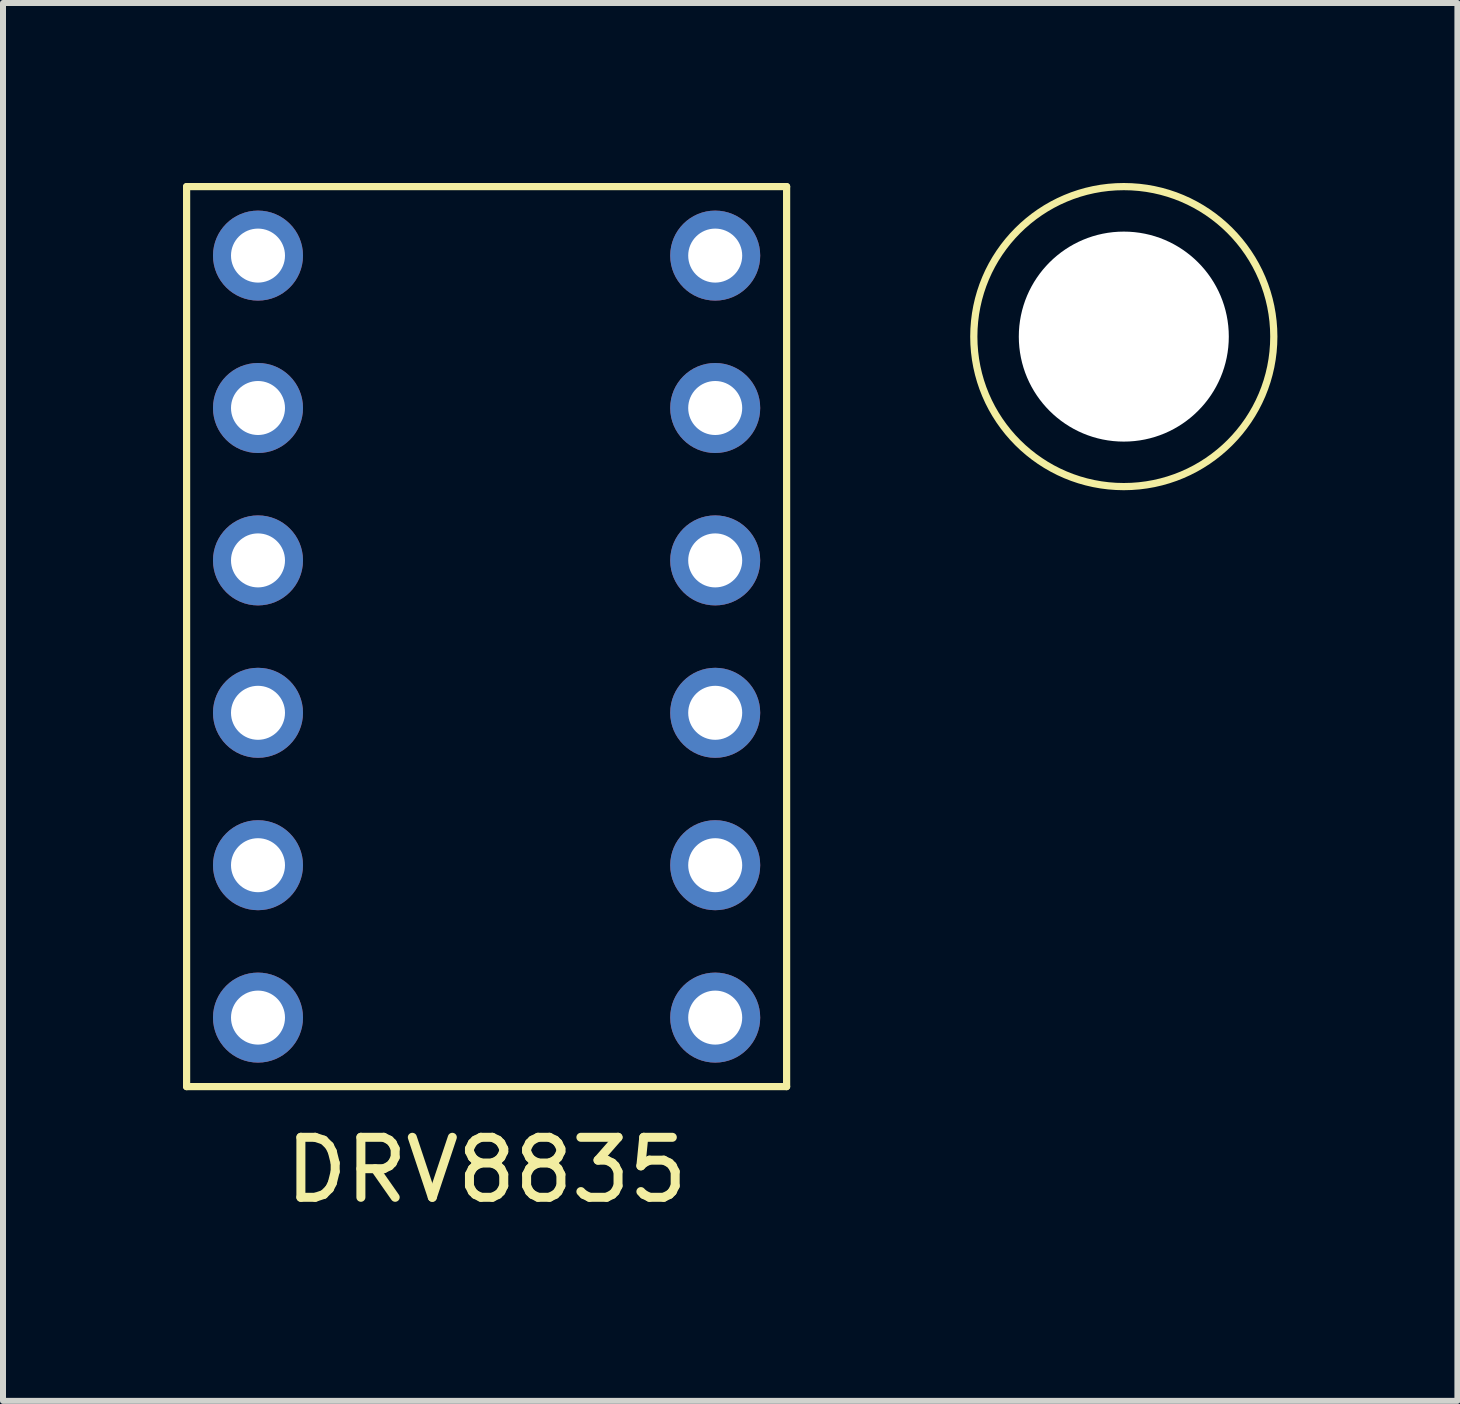
<source format=kicad_pcb>
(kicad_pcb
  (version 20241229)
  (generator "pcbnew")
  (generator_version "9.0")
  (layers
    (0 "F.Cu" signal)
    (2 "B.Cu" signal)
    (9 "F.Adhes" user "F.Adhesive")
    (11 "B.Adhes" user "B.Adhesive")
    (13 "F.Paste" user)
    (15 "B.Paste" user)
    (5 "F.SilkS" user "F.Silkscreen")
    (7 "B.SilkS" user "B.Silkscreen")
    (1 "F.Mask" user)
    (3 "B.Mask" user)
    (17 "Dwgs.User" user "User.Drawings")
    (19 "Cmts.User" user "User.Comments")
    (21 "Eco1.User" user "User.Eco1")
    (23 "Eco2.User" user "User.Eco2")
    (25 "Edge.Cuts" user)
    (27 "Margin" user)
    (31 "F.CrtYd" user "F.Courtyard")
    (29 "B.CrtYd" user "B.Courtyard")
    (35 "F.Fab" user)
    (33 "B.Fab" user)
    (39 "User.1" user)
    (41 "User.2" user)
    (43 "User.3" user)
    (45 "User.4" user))
  (footprint "DRV8835"
    (layer "F.Cu")
    (at 5.06 1.21)
    (property "Reference" "DRV8835" (at 0 15.24 0) (layer "F.SilkS") (effects (font (size 1 1) (thickness 0.15))))
    (attr through_hole)
    (fp_line (start -5 -1.15) (end 5 -1.15) (stroke (width 0.12) (type solid)) (layer "F.SilkS"))
    (fp_line (start -5 13.85) (end -5 -1.15) (stroke (width 0.12) (type solid)) (layer "F.SilkS"))
    (fp_line (start 5 -1.15) (end 5 13.85) (stroke (width 0.12) (type solid)) (layer "F.SilkS"))
    (fp_line (start 5 13.85) (end -5 13.85) (stroke (width 0.12) (type solid)) (layer "F.SilkS"))
    (pad "1" thru_hole circle (at -3.81 0) (size 1.5 1.5) (drill 0.9) (layers "*.Cu" "*.Mask"))
    (pad "2" thru_hole circle (at -3.81 2.54) (size 1.5 1.5) (drill 0.9) (layers "*.Cu" "*.Mask"))
    (pad "3" thru_hole circle (at -3.81 5.08) (size 1.5 1.5) (drill 0.9) (layers "*.Cu" "*.Mask"))
    (pad "4" thru_hole circle (at -3.81 7.62) (size 1.5 1.5) (drill 0.9) (layers "*.Cu" "*.Mask"))
    (pad "5" thru_hole circle (at -3.81 10.16) (size 1.5 1.5) (drill 0.9) (layers "*.Cu" "*.Mask"))
    (pad "6" thru_hole circle (at -3.81 12.7) (size 1.5 1.5) (drill 0.9) (layers "*.Cu" "*.Mask"))
    (pad "7" thru_hole circle (at 3.81 12.7) (size 1.5 1.5) (drill 0.9) (layers "*.Cu" "*.Mask"))
    (pad "8" thru_hole circle (at 3.81 10.16) (size 1.5 1.5) (drill 0.9) (layers "*.Cu" "*.Mask"))
    (pad "9" thru_hole circle (at 3.81 7.62) (size 1.5 1.5) (drill 0.9) (layers "*.Cu" "*.Mask"))
    (pad "10" thru_hole circle (at 3.81 5.08) (size 1.5 1.5) (drill 0.9) (layers "*.Cu" "*.Mask"))
    (pad "11" thru_hole circle (at 3.81 2.54) (size 1.5 1.5) (drill 0.9) (layers "*.Cu" "*.Mask"))
    (pad "12" thru_hole circle (at 3.81 0) (size 1.5 1.5) (drill 0.9) (layers "*.Cu" "*.Mask")))
  (footprint "hole"
    (layer "F.Cu")
    (at 15.68 2.56)
    (property "Reference" "hole" (at 0 3.68 0) (layer "Eco1.User") (effects (font (size 1 1) (thickness 0.15))))
    (attr through_hole)
    (fp_circle (center 0 0) (end 2.5 0) (stroke (width 0.12) (type solid)) (fill no) (layer "F.SilkS"))
    (pad "" np_thru_hole circle (at 0 0) (size 3.5 3.5) (drill 3.5) (layers "*.Cu" "*.Mask")))
  (gr_rect
    (start -3 -3)
    (end 21.24 20.298)
    (stroke (width 0.1) (type default))
    (fill no)
    (layer "Edge.Cuts")))
</source>
